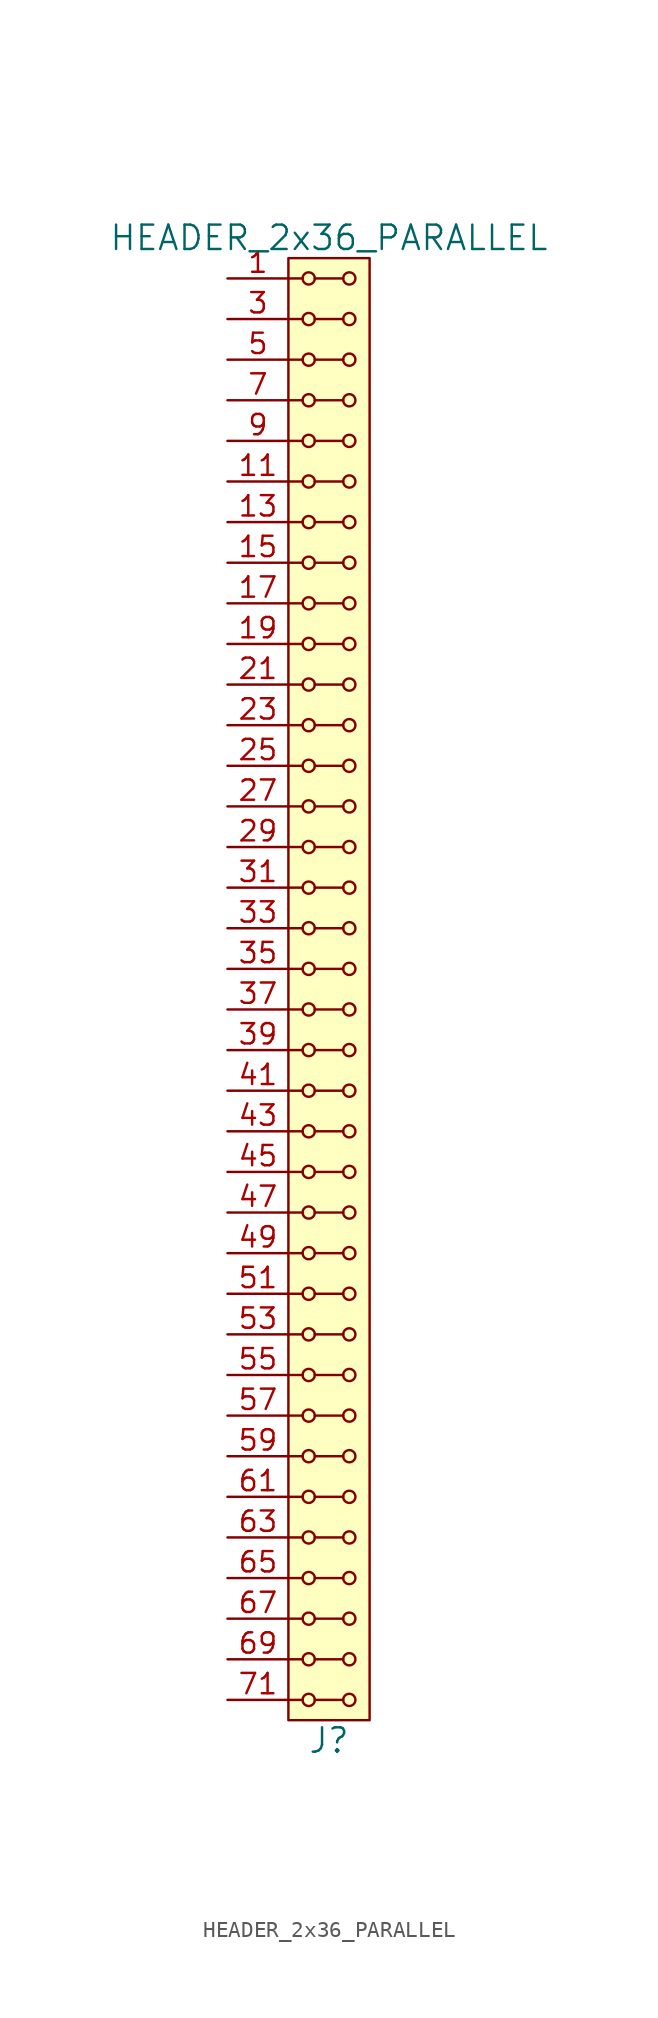
<source format=kicad_sym>
(kicad_symbol_lib
  (version 20211014)
  (generator kicad_symbol_editor)
  (symbol "HEADER_2x36_PARALLEL"
    (pin_names
      (offset 1.016))
    (property "Reference" "J"
      (at 0 -46.99 0)
      (effects (font (size 1.524 1.524))))
    (property "Value" "HEADER_2x36_PARALLEL"
      (at 0 46.99 0)
      (effects (font (size 1.524 1.524))))
    (property "Footprint" ""
      (at 0 44.45 0)
      (effects (font (size 1.524 1.524))))
    (property "Datasheet" ""
      (at 0 44.45 0)
      (effects (font (size 1.524 1.524))))
    (symbol "HEADER_2x36_PARALLEL_0_1"
      (rectangle (start -2.54 45.72) (end 2.54 -45.72) (stroke (width 0) (type default) (color 0 0 0 0)) (fill (type background)))
      (circle (center -1.27 -44.45) (radius 0.381) (stroke (width 0) (type default) (color 0 0 0 0)) (fill (type none)))
      (circle (center -1.27 -41.91) (radius 0.381) (stroke (width 0) (type default) (color 0 0 0 0)) (fill (type none)))
      (circle (center -1.27 -39.37) (radius 0.381) (stroke (width 0) (type default) (color 0 0 0 0)) (fill (type none)))
      (circle (center -1.27 -36.83) (radius 0.381) (stroke (width 0) (type default) (color 0 0 0 0)) (fill (type none)))
      (circle (center -1.27 -34.29) (radius 0.381) (stroke (width 0) (type default) (color 0 0 0 0)) (fill (type none)))
      (circle (center -1.27 -31.75) (radius 0.381) (stroke (width 0) (type default) (color 0 0 0 0)) (fill (type none)))
      (circle (center -1.27 -29.21) (radius 0.381) (stroke (width 0) (type default) (color 0 0 0 0)) (fill (type none)))
      (circle (center -1.27 -26.67) (radius 0.381) (stroke (width 0) (type default) (color 0 0 0 0)) (fill (type none)))
      (circle (center -1.27 -24.13) (radius 0.381) (stroke (width 0) (type default) (color 0 0 0 0)) (fill (type none)))
      (circle (center -1.27 -21.59) (radius 0.381) (stroke (width 0) (type default) (color 0 0 0 0)) (fill (type none)))
      (circle (center -1.27 -19.05) (radius 0.381) (stroke (width 0) (type default) (color 0 0 0 0)) (fill (type none)))
      (circle (center -1.27 -16.51) (radius 0.381) (stroke (width 0) (type default) (color 0 0 0 0)) (fill (type none)))
      (circle (center -1.27 -13.97) (radius 0.381) (stroke (width 0) (type default) (color 0 0 0 0)) (fill (type none)))
      (circle (center -1.27 -11.43) (radius 0.381) (stroke (width 0) (type default) (color 0 0 0 0)) (fill (type none)))
      (circle (center -1.27 -8.89) (radius 0.381) (stroke (width 0) (type default) (color 0 0 0 0)) (fill (type none)))
      (circle (center -1.27 -6.35) (radius 0.381) (stroke (width 0) (type default) (color 0 0 0 0)) (fill (type none)))
      (circle (center -1.27 -3.81) (radius 0.381) (stroke (width 0) (type default) (color 0 0 0 0)) (fill (type none)))
      (circle (center -1.27 -1.27) (radius 0.381) (stroke (width 0) (type default) (color 0 0 0 0)) (fill (type none)))
      (circle (center -1.27 1.27) (radius 0.381) (stroke (width 0) (type default) (color 0 0 0 0)) (fill (type none)))
      (circle (center -1.27 3.81) (radius 0.381) (stroke (width 0) (type default) (color 0 0 0 0)) (fill (type none)))
      (circle (center -1.27 6.35) (radius 0.381) (stroke (width 0) (type default) (color 0 0 0 0)) (fill (type none)))
      (circle (center -1.27 8.89) (radius 0.381) (stroke (width 0) (type default) (color 0 0 0 0)) (fill (type none)))
      (circle (center -1.27 11.43) (radius 0.381) (stroke (width 0) (type default) (color 0 0 0 0)) (fill (type none)))
      (circle (center -1.27 13.97) (radius 0.381) (stroke (width 0) (type default) (color 0 0 0 0)) (fill (type none)))
      (circle (center -1.27 16.51) (radius 0.381) (stroke (width 0) (type default) (color 0 0 0 0)) (fill (type none)))
      (circle (center -1.27 19.05) (radius 0.381) (stroke (width 0) (type default) (color 0 0 0 0)) (fill (type none)))
      (circle (center -1.27 21.59) (radius 0.381) (stroke (width 0) (type default) (color 0 0 0 0)) (fill (type none)))
      (circle (center -1.27 24.13) (radius 0.381) (stroke (width 0) (type default) (color 0 0 0 0)) (fill (type none)))
      (circle (center -1.27 26.67) (radius 0.381) (stroke (width 0) (type default) (color 0 0 0 0)) (fill (type none)))
      (circle (center -1.27 29.21) (radius 0.381) (stroke (width 0) (type default) (color 0 0 0 0)) (fill (type none)))
      (circle (center -1.27 31.75) (radius 0.381) (stroke (width 0) (type default) (color 0 0 0 0)) (fill (type none)))
      (circle (center -1.27 34.29) (radius 0.381) (stroke (width 0) (type default) (color 0 0 0 0)) (fill (type none)))
      (circle (center -1.27 36.83) (radius 0.381) (stroke (width 0) (type default) (color 0 0 0 0)) (fill (type none)))
      (circle (center -1.27 39.37) (radius 0.381) (stroke (width 0) (type default) (color 0 0 0 0)) (fill (type none)))
      (circle (center -1.27 41.91) (radius 0.381) (stroke (width 0) (type default) (color 0 0 0 0)) (fill (type none)))
      (circle (center -1.27 44.45) (radius 0.381) (stroke (width 0) (type default) (color 0 0 0 0)) (fill (type none)))
      (polyline (pts (xy -1.651 -44.45) (xy -2.54 -44.45)) (stroke (width 0) (type default) (color 0 0 0 0)) (fill (type none)))
      (polyline (pts (xy -1.651 -41.91) (xy -2.54 -41.91)) (stroke (width 0) (type default) (color 0 0 0 0)) (fill (type none)))
      (polyline (pts (xy -1.651 -39.37) (xy -2.54 -39.37)) (stroke (width 0) (type default) (color 0 0 0 0)) (fill (type none)))
      (polyline (pts (xy -1.651 -36.83) (xy -2.54 -36.83)) (stroke (width 0) (type default) (color 0 0 0 0)) (fill (type none)))
      (polyline (pts (xy -1.651 -34.29) (xy -2.54 -34.29)) (stroke (width 0) (type default) (color 0 0 0 0)) (fill (type none)))
      (polyline (pts (xy -1.651 -31.75) (xy -2.54 -31.75)) (stroke (width 0) (type default) (color 0 0 0 0)) (fill (type none)))
      (polyline (pts (xy -1.651 -29.21) (xy -2.54 -29.21)) (stroke (width 0) (type default) (color 0 0 0 0)) (fill (type none)))
      (polyline (pts (xy -1.651 -26.67) (xy -2.54 -26.67)) (stroke (width 0) (type default) (color 0 0 0 0)) (fill (type none)))
      (polyline (pts (xy -1.651 -24.13) (xy -2.54 -24.13)) (stroke (width 0) (type default) (color 0 0 0 0)) (fill (type none)))
      (polyline (pts (xy -1.651 -21.59) (xy -2.54 -21.59)) (stroke (width 0) (type default) (color 0 0 0 0)) (fill (type none)))
      (polyline (pts (xy -1.651 -19.05) (xy -2.54 -19.05)) (stroke (width 0) (type default) (color 0 0 0 0)) (fill (type none)))
      (polyline (pts (xy -1.651 -16.51) (xy -2.54 -16.51)) (stroke (width 0) (type default) (color 0 0 0 0)) (fill (type none)))
      (polyline (pts (xy -1.651 -13.97) (xy -2.54 -13.97)) (stroke (width 0) (type default) (color 0 0 0 0)) (fill (type none)))
      (polyline (pts (xy -1.651 -11.43) (xy -2.54 -11.43)) (stroke (width 0) (type default) (color 0 0 0 0)) (fill (type none)))
      (polyline (pts (xy -1.651 -8.89) (xy -2.54 -8.89)) (stroke (width 0) (type default) (color 0 0 0 0)) (fill (type none)))
      (polyline (pts (xy -1.651 -6.35) (xy -2.54 -6.35)) (stroke (width 0) (type default) (color 0 0 0 0)) (fill (type none)))
      (polyline (pts (xy -1.651 -3.81) (xy -2.54 -3.81)) (stroke (width 0) (type default) (color 0 0 0 0)) (fill (type none)))
      (polyline (pts (xy -1.651 -1.27) (xy -2.54 -1.27)) (stroke (width 0) (type default) (color 0 0 0 0)) (fill (type none)))
      (polyline (pts (xy -1.651 1.27) (xy -2.54 1.27)) (stroke (width 0) (type default) (color 0 0 0 0)) (fill (type none)))
      (polyline (pts (xy -1.651 3.81) (xy -2.54 3.81)) (stroke (width 0) (type default) (color 0 0 0 0)) (fill (type none)))
      (polyline (pts (xy -1.651 6.35) (xy -2.54 6.35)) (stroke (width 0) (type default) (color 0 0 0 0)) (fill (type none)))
      (polyline (pts (xy -1.651 8.89) (xy -2.54 8.89)) (stroke (width 0) (type default) (color 0 0 0 0)) (fill (type none)))
      (polyline (pts (xy -1.651 11.43) (xy -2.54 11.43)) (stroke (width 0) (type default) (color 0 0 0 0)) (fill (type none)))
      (polyline (pts (xy -1.651 13.97) (xy -2.54 13.97)) (stroke (width 0) (type default) (color 0 0 0 0)) (fill (type none)))
      (polyline (pts (xy -1.651 16.51) (xy -2.54 16.51)) (stroke (width 0) (type default) (color 0 0 0 0)) (fill (type none)))
      (polyline (pts (xy -1.651 19.05) (xy -2.54 19.05)) (stroke (width 0) (type default) (color 0 0 0 0)) (fill (type none)))
      (polyline (pts (xy -1.651 21.59) (xy -2.54 21.59)) (stroke (width 0) (type default) (color 0 0 0 0)) (fill (type none)))
      (polyline (pts (xy -1.651 24.13) (xy -2.54 24.13)) (stroke (width 0) (type default) (color 0 0 0 0)) (fill (type none)))
      (polyline (pts (xy -1.651 26.67) (xy -2.54 26.67)) (stroke (width 0) (type default) (color 0 0 0 0)) (fill (type none)))
      (polyline (pts (xy -1.651 29.21) (xy -2.54 29.21)) (stroke (width 0) (type default) (color 0 0 0 0)) (fill (type none)))
      (polyline (pts (xy -1.651 31.75) (xy -2.54 31.75)) (stroke (width 0) (type default) (color 0 0 0 0)) (fill (type none)))
      (polyline (pts (xy -1.651 34.29) (xy -2.54 34.29)) (stroke (width 0) (type default) (color 0 0 0 0)) (fill (type none)))
      (polyline (pts (xy -1.651 36.83) (xy -2.54 36.83)) (stroke (width 0) (type default) (color 0 0 0 0)) (fill (type none)))
      (polyline (pts (xy -1.651 39.37) (xy -2.54 39.37)) (stroke (width 0) (type default) (color 0 0 0 0)) (fill (type none)))
      (polyline (pts (xy -1.651 41.91) (xy -2.54 41.91)) (stroke (width 0) (type default) (color 0 0 0 0)) (fill (type none)))
      (polyline (pts (xy -1.651 44.45) (xy -2.54 44.45)) (stroke (width 0) (type default) (color 0 0 0 0)) (fill (type none)))
      (polyline (pts (xy -0.889 -44.45) (xy 0.889 -44.45)) (stroke (width 0) (type default) (color 0 0 0 0)) (fill (type none)))
      (polyline (pts (xy -0.889 -41.91) (xy 0.889 -41.91)) (stroke (width 0) (type default) (color 0 0 0 0)) (fill (type none)))
      (polyline (pts (xy -0.889 -39.37) (xy 0.889 -39.37)) (stroke (width 0) (type default) (color 0 0 0 0)) (fill (type none)))
      (polyline (pts (xy -0.889 -36.83) (xy 0.889 -36.83)) (stroke (width 0) (type default) (color 0 0 0 0)) (fill (type none)))
      (polyline (pts (xy -0.889 -34.29) (xy 0.889 -34.29)) (stroke (width 0) (type default) (color 0 0 0 0)) (fill (type none)))
      (polyline (pts (xy -0.889 -31.75) (xy 0.889 -31.75)) (stroke (width 0) (type default) (color 0 0 0 0)) (fill (type none)))
      (polyline (pts (xy -0.889 -29.21) (xy 0.889 -29.21)) (stroke (width 0) (type default) (color 0 0 0 0)) (fill (type none)))
      (polyline (pts (xy -0.889 -26.67) (xy 0.889 -26.67)) (stroke (width 0) (type default) (color 0 0 0 0)) (fill (type none)))
      (polyline (pts (xy -0.889 -24.13) (xy 0.889 -24.13)) (stroke (width 0) (type default) (color 0 0 0 0)) (fill (type none)))
      (polyline (pts (xy -0.889 -21.59) (xy 0.889 -21.59)) (stroke (width 0) (type default) (color 0 0 0 0)) (fill (type none)))
      (polyline (pts (xy -0.889 -19.05) (xy 0.889 -19.05)) (stroke (width 0) (type default) (color 0 0 0 0)) (fill (type none)))
      (polyline (pts (xy -0.889 -16.51) (xy 0.889 -16.51)) (stroke (width 0) (type default) (color 0 0 0 0)) (fill (type none)))
      (polyline (pts (xy -0.889 -13.97) (xy 0.889 -13.97)) (stroke (width 0) (type default) (color 0 0 0 0)) (fill (type none)))
      (polyline (pts (xy -0.889 -11.43) (xy 0.889 -11.43)) (stroke (width 0) (type default) (color 0 0 0 0)) (fill (type none)))
      (polyline (pts (xy -0.889 -8.89) (xy 0.889 -8.89)) (stroke (width 0) (type default) (color 0 0 0 0)) (fill (type none)))
      (polyline (pts (xy -0.889 -6.35) (xy 0.889 -6.35)) (stroke (width 0) (type default) (color 0 0 0 0)) (fill (type none)))
      (polyline (pts (xy -0.889 -3.81) (xy 0.889 -3.81)) (stroke (width 0) (type default) (color 0 0 0 0)) (fill (type none)))
      (polyline (pts (xy -0.889 -1.27) (xy 0.889 -1.27)) (stroke (width 0) (type default) (color 0 0 0 0)) (fill (type none)))
      (polyline (pts (xy -0.889 1.27) (xy 0.889 1.27)) (stroke (width 0) (type default) (color 0 0 0 0)) (fill (type none)))
      (polyline (pts (xy -0.889 3.81) (xy 0.889 3.81)) (stroke (width 0) (type default) (color 0 0 0 0)) (fill (type none)))
      (polyline (pts (xy -0.889 6.35) (xy 0.889 6.35)) (stroke (width 0) (type default) (color 0 0 0 0)) (fill (type none)))
      (polyline (pts (xy -0.889 8.89) (xy 0.889 8.89)) (stroke (width 0) (type default) (color 0 0 0 0)) (fill (type none)))
      (polyline (pts (xy -0.889 11.43) (xy 0.889 11.43)) (stroke (width 0) (type default) (color 0 0 0 0)) (fill (type none)))
      (polyline (pts (xy -0.889 13.97) (xy 0.889 13.97)) (stroke (width 0) (type default) (color 0 0 0 0)) (fill (type none)))
      (polyline (pts (xy -0.889 16.51) (xy 0.889 16.51)) (stroke (width 0) (type default) (color 0 0 0 0)) (fill (type none)))
      (polyline (pts (xy -0.889 19.05) (xy 0.889 19.05)) (stroke (width 0) (type default) (color 0 0 0 0)) (fill (type none)))
      (polyline (pts (xy -0.889 21.59) (xy 0.889 21.59)) (stroke (width 0) (type default) (color 0 0 0 0)) (fill (type none)))
      (polyline (pts (xy -0.889 24.13) (xy 0.889 24.13)) (stroke (width 0) (type default) (color 0 0 0 0)) (fill (type none)))
      (polyline (pts (xy -0.889 26.67) (xy 0.889 26.67)) (stroke (width 0) (type default) (color 0 0 0 0)) (fill (type none)))
      (polyline (pts (xy -0.889 29.21) (xy 0.889 29.21)) (stroke (width 0) (type default) (color 0 0 0 0)) (fill (type none)))
      (polyline (pts (xy -0.889 31.75) (xy 0.889 31.75)) (stroke (width 0) (type default) (color 0 0 0 0)) (fill (type none)))
      (polyline (pts (xy -0.889 34.29) (xy 0.889 34.29)) (stroke (width 0) (type default) (color 0 0 0 0)) (fill (type none)))
      (polyline (pts (xy -0.889 36.83) (xy 0.889 36.83)) (stroke (width 0) (type default) (color 0 0 0 0)) (fill (type none)))
      (polyline (pts (xy -0.889 39.37) (xy 0.889 39.37)) (stroke (width 0) (type default) (color 0 0 0 0)) (fill (type none)))
      (polyline (pts (xy -0.889 41.91) (xy 0.889 41.91)) (stroke (width 0) (type default) (color 0 0 0 0)) (fill (type none)))
      (polyline (pts (xy -0.889 44.45) (xy 0.889 44.45)) (stroke (width 0) (type default) (color 0 0 0 0)) (fill (type none)))
      (circle (center 1.27 -44.45) (radius 0.381) (stroke (width 0) (type default) (color 0 0 0 0)) (fill (type none)))
      (circle (center 1.27 -41.91) (radius 0.381) (stroke (width 0) (type default) (color 0 0 0 0)) (fill (type none)))
      (circle (center 1.27 -39.37) (radius 0.381) (stroke (width 0) (type default) (color 0 0 0 0)) (fill (type none)))
      (circle (center 1.27 -36.83) (radius 0.381) (stroke (width 0) (type default) (color 0 0 0 0)) (fill (type none)))
      (circle (center 1.27 -34.29) (radius 0.381) (stroke (width 0) (type default) (color 0 0 0 0)) (fill (type none)))
      (circle (center 1.27 -31.75) (radius 0.381) (stroke (width 0) (type default) (color 0 0 0 0)) (fill (type none)))
      (circle (center 1.27 -29.21) (radius 0.381) (stroke (width 0) (type default) (color 0 0 0 0)) (fill (type none)))
      (circle (center 1.27 -26.67) (radius 0.381) (stroke (width 0) (type default) (color 0 0 0 0)) (fill (type none)))
      (circle (center 1.27 -24.13) (radius 0.381) (stroke (width 0) (type default) (color 0 0 0 0)) (fill (type none)))
      (circle (center 1.27 -21.59) (radius 0.381) (stroke (width 0) (type default) (color 0 0 0 0)) (fill (type none)))
      (circle (center 1.27 -19.05) (radius 0.381) (stroke (width 0) (type default) (color 0 0 0 0)) (fill (type none)))
      (circle (center 1.27 -16.51) (radius 0.381) (stroke (width 0) (type default) (color 0 0 0 0)) (fill (type none)))
      (circle (center 1.27 -13.97) (radius 0.381) (stroke (width 0) (type default) (color 0 0 0 0)) (fill (type none)))
      (circle (center 1.27 -11.43) (radius 0.381) (stroke (width 0) (type default) (color 0 0 0 0)) (fill (type none)))
      (circle (center 1.27 -8.89) (radius 0.381) (stroke (width 0) (type default) (color 0 0 0 0)) (fill (type none)))
      (circle (center 1.27 -6.35) (radius 0.381) (stroke (width 0) (type default) (color 0 0 0 0)) (fill (type none)))
      (circle (center 1.27 -3.81) (radius 0.381) (stroke (width 0) (type default) (color 0 0 0 0)) (fill (type none)))
      (circle (center 1.27 -1.27) (radius 0.381) (stroke (width 0) (type default) (color 0 0 0 0)) (fill (type none)))
      (circle (center 1.27 1.27) (radius 0.381) (stroke (width 0) (type default) (color 0 0 0 0)) (fill (type none)))
      (circle (center 1.27 3.81) (radius 0.381) (stroke (width 0) (type default) (color 0 0 0 0)) (fill (type none)))
      (circle (center 1.27 6.35) (radius 0.381) (stroke (width 0) (type default) (color 0 0 0 0)) (fill (type none)))
      (circle (center 1.27 8.89) (radius 0.381) (stroke (width 0) (type default) (color 0 0 0 0)) (fill (type none)))
      (circle (center 1.27 11.43) (radius 0.381) (stroke (width 0) (type default) (color 0 0 0 0)) (fill (type none)))
      (circle (center 1.27 13.97) (radius 0.381) (stroke (width 0) (type default) (color 0 0 0 0)) (fill (type none)))
      (circle (center 1.27 16.51) (radius 0.381) (stroke (width 0) (type default) (color 0 0 0 0)) (fill (type none)))
      (circle (center 1.27 19.05) (radius 0.381) (stroke (width 0) (type default) (color 0 0 0 0)) (fill (type none)))
      (circle (center 1.27 21.59) (radius 0.381) (stroke (width 0) (type default) (color 0 0 0 0)) (fill (type none)))
      (circle (center 1.27 24.13) (radius 0.381) (stroke (width 0) (type default) (color 0 0 0 0)) (fill (type none)))
      (circle (center 1.27 26.67) (radius 0.381) (stroke (width 0) (type default) (color 0 0 0 0)) (fill (type none)))
      (circle (center 1.27 29.21) (radius 0.381) (stroke (width 0) (type default) (color 0 0 0 0)) (fill (type none)))
      (circle (center 1.27 31.75) (radius 0.381) (stroke (width 0) (type default) (color 0 0 0 0)) (fill (type none)))
      (circle (center 1.27 34.29) (radius 0.381) (stroke (width 0) (type default) (color 0 0 0 0)) (fill (type none)))
      (circle (center 1.27 36.83) (radius 0.381) (stroke (width 0) (type default) (color 0 0 0 0)) (fill (type none)))
      (circle (center 1.27 39.37) (radius 0.381) (stroke (width 0) (type default) (color 0 0 0 0)) (fill (type none)))
      (circle (center 1.27 41.91) (radius 0.381) (stroke (width 0) (type default) (color 0 0 0 0)) (fill (type none)))
      (circle (center 1.27 44.45) (radius 0.381) (stroke (width 0) (type default) (color 0 0 0 0)) (fill (type none))))
    (symbol "HEADER_2x36_PARALLEL_1_1"
      (pin input line (at -6.35 44.45 0) (length 3.81) (name "~" (effects (font (size 1.27 1.27)))) (number "1" (effects (font (size 1.27 1.27)))))
      (pin input line (at -6.35 34.29 0) (length 3.81) hide (name "~" (effects (font (size 1.27 1.27)))) (number "10" (effects (font (size 1.27 1.27)))))
      (pin input line (at -6.35 31.75 0) (length 3.81) (name "~" (effects (font (size 1.27 1.27)))) (number "11" (effects (font (size 1.27 1.27)))))
      (pin input line (at -6.35 31.75 0) (length 3.81) hide (name "~" (effects (font (size 1.27 1.27)))) (number "12" (effects (font (size 1.27 1.27)))))
      (pin input line (at -6.35 29.21 0) (length 3.81) (name "~" (effects (font (size 1.27 1.27)))) (number "13" (effects (font (size 1.27 1.27)))))
      (pin input line (at -6.35 29.21 0) (length 3.81) hide (name "~" (effects (font (size 1.27 1.27)))) (number "14" (effects (font (size 1.27 1.27)))))
      (pin input line (at -6.35 26.67 0) (length 3.81) (name "~" (effects (font (size 1.27 1.27)))) (number "15" (effects (font (size 1.27 1.27)))))
      (pin input line (at -6.35 26.67 0) (length 3.81) hide (name "~" (effects (font (size 1.27 1.27)))) (number "16" (effects (font (size 1.27 1.27)))))
      (pin input line (at -6.35 24.13 0) (length 3.81) (name "~" (effects (font (size 1.27 1.27)))) (number "17" (effects (font (size 1.27 1.27)))))
      (pin input line (at -6.35 24.13 0) (length 3.81) hide (name "~" (effects (font (size 1.27 1.27)))) (number "18" (effects (font (size 1.27 1.27)))))
      (pin input line (at -6.35 21.59 0) (length 3.81) (name "~" (effects (font (size 1.27 1.27)))) (number "19" (effects (font (size 1.27 1.27)))))
      (pin input line (at -6.35 44.45 0) (length 3.81) hide (name "~" (effects (font (size 1.27 1.27)))) (number "2" (effects (font (size 1.27 1.27)))))
      (pin input line (at -6.35 21.59 0) (length 3.81) hide (name "~" (effects (font (size 1.27 1.27)))) (number "20" (effects (font (size 1.27 1.27)))))
      (pin input line (at -6.35 19.05 0) (length 3.81) (name "~" (effects (font (size 1.27 1.27)))) (number "21" (effects (font (size 1.27 1.27)))))
      (pin input line (at -6.35 19.05 0) (length 3.81) hide (name "~" (effects (font (size 1.27 1.27)))) (number "22" (effects (font (size 1.27 1.27)))))
      (pin input line (at -6.35 16.51 0) (length 3.81) (name "~" (effects (font (size 1.27 1.27)))) (number "23" (effects (font (size 1.27 1.27)))))
      (pin input line (at -6.35 16.51 0) (length 3.81) hide (name "~" (effects (font (size 1.27 1.27)))) (number "24" (effects (font (size 1.27 1.27)))))
      (pin input line (at -6.35 13.97 0) (length 3.81) (name "~" (effects (font (size 1.27 1.27)))) (number "25" (effects (font (size 1.27 1.27)))))
      (pin input line (at -6.35 13.97 0) (length 3.81) hide (name "~" (effects (font (size 1.27 1.27)))) (number "26" (effects (font (size 1.27 1.27)))))
      (pin input line (at -6.35 11.43 0) (length 3.81) (name "~" (effects (font (size 1.27 1.27)))) (number "27" (effects (font (size 1.27 1.27)))))
      (pin input line (at -6.35 11.43 0) (length 3.81) hide (name "~" (effects (font (size 1.27 1.27)))) (number "28" (effects (font (size 1.27 1.27)))))
      (pin input line (at -6.35 8.89 0) (length 3.81) (name "~" (effects (font (size 1.27 1.27)))) (number "29" (effects (font (size 1.27 1.27)))))
      (pin input line (at -6.35 41.91 0) (length 3.81) (name "~" (effects (font (size 1.27 1.27)))) (number "3" (effects (font (size 1.27 1.27)))))
      (pin input line (at -6.35 8.89 0) (length 3.81) hide (name "~" (effects (font (size 1.27 1.27)))) (number "30" (effects (font (size 1.27 1.27)))))
      (pin input line (at -6.35 6.35 0) (length 3.81) (name "~" (effects (font (size 1.27 1.27)))) (number "31" (effects (font (size 1.27 1.27)))))
      (pin input line (at -6.35 6.35 0) (length 3.81) hide (name "~" (effects (font (size 1.27 1.27)))) (number "32" (effects (font (size 1.27 1.27)))))
      (pin input line (at -6.35 3.81 0) (length 3.81) (name "~" (effects (font (size 1.27 1.27)))) (number "33" (effects (font (size 1.27 1.27)))))
      (pin input line (at -6.35 3.81 0) (length 3.81) hide (name "~" (effects (font (size 1.27 1.27)))) (number "34" (effects (font (size 1.27 1.27)))))
      (pin input line (at -6.35 1.27 0) (length 3.81) (name "~" (effects (font (size 1.27 1.27)))) (number "35" (effects (font (size 1.27 1.27)))))
      (pin input line (at -6.35 1.27 0) (length 3.81) hide (name "~" (effects (font (size 1.27 1.27)))) (number "36" (effects (font (size 1.27 1.27)))))
      (pin input line (at -6.35 -1.27 0) (length 3.81) (name "~" (effects (font (size 1.27 1.27)))) (number "37" (effects (font (size 1.27 1.27)))))
      (pin input line (at -6.35 -1.27 0) (length 3.81) hide (name "~" (effects (font (size 1.27 1.27)))) (number "38" (effects (font (size 1.27 1.27)))))
      (pin input line (at -6.35 -3.81 0) (length 3.81) (name "~" (effects (font (size 1.27 1.27)))) (number "39" (effects (font (size 1.27 1.27)))))
      (pin input line (at -6.35 41.91 0) (length 3.81) hide (name "~" (effects (font (size 1.27 1.27)))) (number "4" (effects (font (size 1.27 1.27)))))
      (pin input line (at -6.35 -3.81 0) (length 3.81) hide (name "~" (effects (font (size 1.27 1.27)))) (number "40" (effects (font (size 1.27 1.27)))))
      (pin input line (at -6.35 -6.35 0) (length 3.81) (name "~" (effects (font (size 1.27 1.27)))) (number "41" (effects (font (size 1.27 1.27)))))
      (pin input line (at -6.35 -6.35 0) (length 3.81) hide (name "~" (effects (font (size 1.27 1.27)))) (number "42" (effects (font (size 1.27 1.27)))))
      (pin input line (at -6.35 -8.89 0) (length 3.81) (name "~" (effects (font (size 1.27 1.27)))) (number "43" (effects (font (size 1.27 1.27)))))
      (pin input line (at -6.35 -8.89 0) (length 3.81) hide (name "~" (effects (font (size 1.27 1.27)))) (number "44" (effects (font (size 1.27 1.27)))))
      (pin input line (at -6.35 -11.43 0) (length 3.81) (name "~" (effects (font (size 1.27 1.27)))) (number "45" (effects (font (size 1.27 1.27)))))
      (pin input line (at -6.35 -11.43 0) (length 3.81) hide (name "~" (effects (font (size 1.27 1.27)))) (number "46" (effects (font (size 1.27 1.27)))))
      (pin input line (at -6.35 -13.97 0) (length 3.81) (name "~" (effects (font (size 1.27 1.27)))) (number "47" (effects (font (size 1.27 1.27)))))
      (pin input line (at -6.35 -13.97 0) (length 3.81) hide (name "~" (effects (font (size 1.27 1.27)))) (number "48" (effects (font (size 1.27 1.27)))))
      (pin input line (at -6.35 -16.51 0) (length 3.81) (name "~" (effects (font (size 1.27 1.27)))) (number "49" (effects (font (size 1.27 1.27)))))
      (pin input line (at -6.35 39.37 0) (length 3.81) (name "~" (effects (font (size 1.27 1.27)))) (number "5" (effects (font (size 1.27 1.27)))))
      (pin input line (at -6.35 -16.51 0) (length 3.81) hide (name "~" (effects (font (size 1.27 1.27)))) (number "50" (effects (font (size 1.27 1.27)))))
      (pin input line (at -6.35 -19.05 0) (length 3.81) (name "~" (effects (font (size 1.27 1.27)))) (number "51" (effects (font (size 1.27 1.27)))))
      (pin input line (at -6.35 -19.05 0) (length 3.81) hide (name "~" (effects (font (size 1.27 1.27)))) (number "52" (effects (font (size 1.27 1.27)))))
      (pin input line (at -6.35 -21.59 0) (length 3.81) (name "~" (effects (font (size 1.27 1.27)))) (number "53" (effects (font (size 1.27 1.27)))))
      (pin input line (at -6.35 -21.59 0) (length 3.81) hide (name "~" (effects (font (size 1.27 1.27)))) (number "54" (effects (font (size 1.27 1.27)))))
      (pin input line (at -6.35 -24.13 0) (length 3.81) (name "~" (effects (font (size 1.27 1.27)))) (number "55" (effects (font (size 1.27 1.27)))))
      (pin input line (at -6.35 -24.13 0) (length 3.81) hide (name "~" (effects (font (size 1.27 1.27)))) (number "56" (effects (font (size 1.27 1.27)))))
      (pin input line (at -6.35 -26.67 0) (length 3.81) (name "~" (effects (font (size 1.27 1.27)))) (number "57" (effects (font (size 1.27 1.27)))))
      (pin input line (at -6.35 -26.67 0) (length 3.81) hide (name "~" (effects (font (size 1.27 1.27)))) (number "58" (effects (font (size 1.27 1.27)))))
      (pin input line (at -6.35 -29.21 0) (length 3.81) (name "~" (effects (font (size 1.27 1.27)))) (number "59" (effects (font (size 1.27 1.27)))))
      (pin input line (at -6.35 39.37 0) (length 3.81) hide (name "~" (effects (font (size 1.27 1.27)))) (number "6" (effects (font (size 1.27 1.27)))))
      (pin input line (at -6.35 -29.21 0) (length 3.81) hide (name "~" (effects (font (size 1.27 1.27)))) (number "60" (effects (font (size 1.27 1.27)))))
      (pin input line (at -6.35 -31.75 0) (length 3.81) (name "~" (effects (font (size 1.27 1.27)))) (number "61" (effects (font (size 1.27 1.27)))))
      (pin input line (at -6.35 -31.75 0) (length 3.81) hide (name "~" (effects (font (size 1.27 1.27)))) (number "62" (effects (font (size 1.27 1.27)))))
      (pin input line (at -6.35 -34.29 0) (length 3.81) (name "~" (effects (font (size 1.27 1.27)))) (number "63" (effects (font (size 1.27 1.27)))))
      (pin input line (at -6.35 -34.29 0) (length 3.81) hide (name "~" (effects (font (size 1.27 1.27)))) (number "64" (effects (font (size 1.27 1.27)))))
      (pin input line (at -6.35 -36.83 0) (length 3.81) (name "~" (effects (font (size 1.27 1.27)))) (number "65" (effects (font (size 1.27 1.27)))))
      (pin input line (at -6.35 -36.83 0) (length 3.81) hide (name "~" (effects (font (size 1.27 1.27)))) (number "66" (effects (font (size 1.27 1.27)))))
      (pin input line (at -6.35 -39.37 0) (length 3.81) (name "~" (effects (font (size 1.27 1.27)))) (number "67" (effects (font (size 1.27 1.27)))))
      (pin input line (at -6.35 -39.37 0) (length 3.81) hide (name "~" (effects (font (size 1.27 1.27)))) (number "68" (effects (font (size 1.27 1.27)))))
      (pin input line (at -6.35 -41.91 0) (length 3.81) (name "~" (effects (font (size 1.27 1.27)))) (number "69" (effects (font (size 1.27 1.27)))))
      (pin input line (at -6.35 36.83 0) (length 3.81) (name "~" (effects (font (size 1.27 1.27)))) (number "7" (effects (font (size 1.27 1.27)))))
      (pin input line (at -6.35 -41.91 0) (length 3.81) hide (name "~" (effects (font (size 1.27 1.27)))) (number "70" (effects (font (size 1.27 1.27)))))
      (pin input line (at -6.35 -44.45 0) (length 3.81) (name "~" (effects (font (size 1.27 1.27)))) (number "71" (effects (font (size 1.27 1.27)))))
      (pin input line (at -6.35 -44.45 0) (length 3.81) hide (name "~" (effects (font (size 1.27 1.27)))) (number "72" (effects (font (size 1.27 1.27)))))
      (pin input line (at -6.35 36.83 0) (length 3.81) hide (name "~" (effects (font (size 1.27 1.27)))) (number "8" (effects (font (size 1.27 1.27)))))
      (pin input line (at -6.35 34.29 0) (length 3.81) (name "~" (effects (font (size 1.27 1.27)))) (number "9" (effects (font (size 1.27 1.27))))))))
</source>
